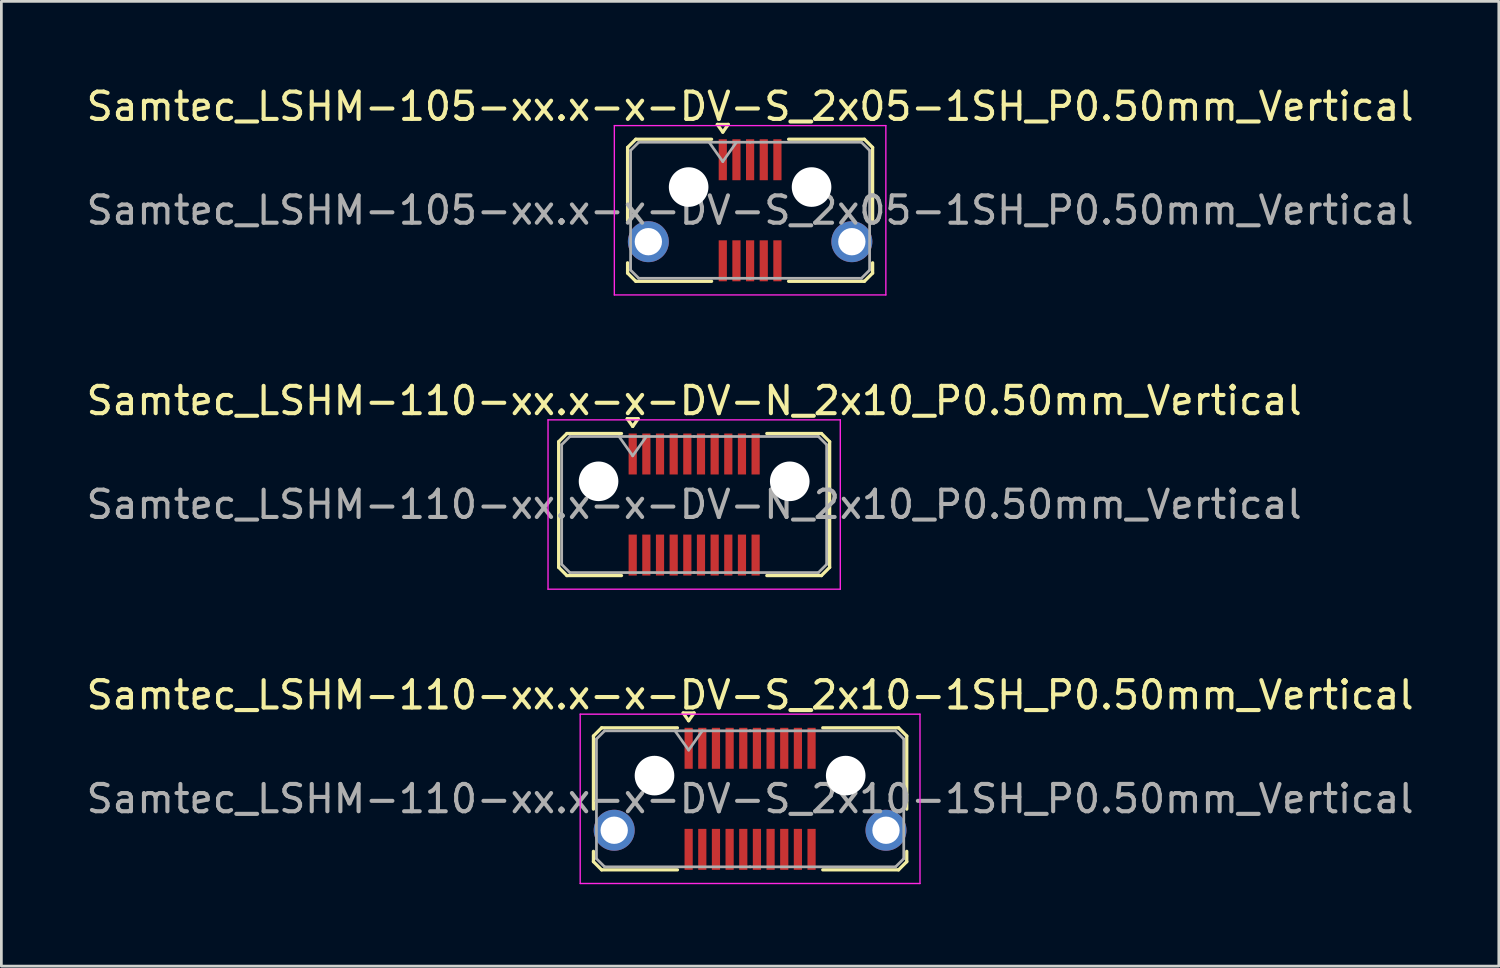
<source format=kicad_pcb>
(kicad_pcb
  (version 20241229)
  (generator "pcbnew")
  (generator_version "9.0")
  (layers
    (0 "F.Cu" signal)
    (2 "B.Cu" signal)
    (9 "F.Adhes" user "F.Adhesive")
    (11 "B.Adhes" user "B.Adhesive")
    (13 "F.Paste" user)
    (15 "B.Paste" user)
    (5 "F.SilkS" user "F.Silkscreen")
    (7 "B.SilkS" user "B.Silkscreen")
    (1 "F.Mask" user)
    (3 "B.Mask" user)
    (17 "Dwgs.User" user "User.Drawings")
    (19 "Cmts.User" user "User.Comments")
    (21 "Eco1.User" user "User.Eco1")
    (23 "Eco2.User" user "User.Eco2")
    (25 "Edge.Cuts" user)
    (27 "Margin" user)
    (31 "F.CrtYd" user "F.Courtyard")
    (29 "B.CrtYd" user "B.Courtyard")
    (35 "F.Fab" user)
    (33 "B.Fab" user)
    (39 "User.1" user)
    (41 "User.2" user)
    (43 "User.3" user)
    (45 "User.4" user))
  (footprint "Samtec_LSHM-105-xx.x-x-DV-S_2x05-1SH_P0.50mm_Vertical"
    (layer "F.Cu")
    (at 24.411 4.648)
    (property "Reference" "Samtec_LSHM-105-xx.x-x-DV-S_2x05-1SH_P0.50mm_Vertical" (at 0 -3.8 0) (layer "F.SilkS") (effects (font (size 1 1) (thickness 0.15))))
    (attr smd)
    (fp_line (start -4.485 -2.3) (end -4.485 0.377) (stroke (width 0.12) (type solid)) (layer "F.SilkS"))
    (fp_line (start -4.485 1.923) (end -4.485 2.3) (stroke (width 0.12) (type solid)) (layer "F.SilkS"))
    (fp_line (start -4.485 2.3) (end -4.185 2.6) (stroke (width 0.12) (type solid)) (layer "F.SilkS"))
    (fp_line (start -4.185 -2.6) (end -4.485 -2.3) (stroke (width 0.12) (type solid)) (layer "F.SilkS"))
    (fp_line (start -4.185 2.6) (end -1.41 2.6) (stroke (width 0.12) (type solid)) (layer "F.SilkS"))
    (fp_line (start -1.41 -2.6) (end -4.185 -2.6) (stroke (width 0.12) (type solid)) (layer "F.SilkS"))
    (fp_line (start -1.2 -3.143) (end -0.8 -3.143) (stroke (width 0.12) (type solid)) (layer "F.SilkS"))
    (fp_line (start -1 -2.86) (end -1.2 -3.143) (stroke (width 0.12) (type solid)) (layer "F.SilkS"))
    (fp_line (start -0.8 -3.143) (end -1 -2.86) (stroke (width 0.12) (type solid)) (layer "F.SilkS"))
    (fp_line (start 1.41 -2.6) (end 4.185 -2.6) (stroke (width 0.12) (type solid)) (layer "F.SilkS"))
    (fp_line (start 4.185 -2.6) (end 4.485 -2.3) (stroke (width 0.12) (type solid)) (layer "F.SilkS"))
    (fp_line (start 4.185 2.6) (end 1.41 2.6) (stroke (width 0.12) (type solid)) (layer "F.SilkS"))
    (fp_line (start 4.485 -2.3) (end 4.485 0.377) (stroke (width 0.12) (type solid)) (layer "F.SilkS"))
    (fp_line (start 4.485 1.923) (end 4.485 2.3) (stroke (width 0.12) (type solid)) (layer "F.SilkS"))
    (fp_line (start 4.485 2.3) (end 4.185 2.6) (stroke (width 0.12) (type solid)) (layer "F.SilkS"))
    (fp_line (start -4.97 -3.1) (end -4.97 3.1) (stroke (width 0.05) (type solid)) (layer "F.CrtYd"))
    (fp_line (start -4.97 3.1) (end 4.97 3.1) (stroke (width 0.05) (type solid)) (layer "F.CrtYd"))
    (fp_line (start 4.97 -3.1) (end -4.97 -3.1) (stroke (width 0.05) (type solid)) (layer "F.CrtYd"))
    (fp_line (start 4.97 3.1) (end 4.97 -3.1) (stroke (width 0.05) (type solid)) (layer "F.CrtYd"))
    (fp_line (start -4.375 -2.19) (end -4.375 2.19) (stroke (width 0.1) (type solid)) (layer "F.Fab"))
    (fp_line (start -4.375 2.19) (end -4.075 2.49) (stroke (width 0.1) (type solid)) (layer "F.Fab"))
    (fp_line (start -4.075 -2.49) (end -4.375 -2.19) (stroke (width 0.1) (type solid)) (layer "F.Fab"))
    (fp_line (start -4.075 2.49) (end 0 2.49) (stroke (width 0.1) (type solid)) (layer "F.Fab"))
    (fp_line (start -1.5 -2.49) (end -1 -1.783) (stroke (width 0.1) (type solid)) (layer "F.Fab"))
    (fp_line (start -1 -1.783) (end -0.5 -2.49) (stroke (width 0.1) (type solid)) (layer "F.Fab"))
    (fp_line (start 0 -2.49) (end -4.075 -2.49) (stroke (width 0.1) (type solid)) (layer "F.Fab"))
    (fp_line (start 0 -2.49) (end 4.075 -2.49) (stroke (width 0.1) (type solid)) (layer "F.Fab"))
    (fp_line (start 4.075 -2.49) (end 4.375 -2.19) (stroke (width 0.1) (type solid)) (layer "F.Fab"))
    (fp_line (start 4.075 2.49) (end 0 2.49) (stroke (width 0.1) (type solid)) (layer "F.Fab"))
    (fp_line (start 4.375 -2.19) (end 4.375 2.19) (stroke (width 0.1) (type solid)) (layer "F.Fab"))
    (fp_line (start 4.375 2.19) (end 4.075 2.49) (stroke (width 0.1) (type solid)) (layer "F.Fab"))
    (fp_text user "${REFERENCE}" (at 0 0 0) (layer "F.Fab") (effects (font (size 1 1) (thickness 0.15))))
    (pad "" np_thru_hole circle (at -2.25 -0.85) (size 1.45 1.45) (drill 1.45) (layers "*.Cu" "*.Mask"))
    (pad "" np_thru_hole circle (at 2.25 -0.85) (size 1.45 1.45) (drill 1.45) (layers "*.Cu" "*.Mask"))
    (pad "1" smd rect (at -1 -1.85) (size 0.3 1.5) (layers "F.Cu" "F.Mask" "F.Paste"))
    (pad "2" smd rect (at -1 1.85) (size 0.3 1.5) (layers "F.Cu" "F.Mask" "F.Paste"))
    (pad "3" smd rect (at -0.5 -1.85) (size 0.3 1.5) (layers "F.Cu" "F.Mask" "F.Paste"))
    (pad "4" smd rect (at -0.5 1.85) (size 0.3 1.5) (layers "F.Cu" "F.Mask" "F.Paste"))
    (pad "5" smd rect (at 0 -1.85) (size 0.3 1.5) (layers "F.Cu" "F.Mask" "F.Paste"))
    (pad "6" smd rect (at 0 1.85) (size 0.3 1.5) (layers "F.Cu" "F.Mask" "F.Paste"))
    (pad "7" smd rect (at 0.5 -1.85) (size 0.3 1.5) (layers "F.Cu" "F.Mask" "F.Paste"))
    (pad "8" smd rect (at 0.5 1.85) (size 0.3 1.5) (layers "F.Cu" "F.Mask" "F.Paste"))
    (pad "9" smd rect (at 1 -1.85) (size 0.3 1.5) (layers "F.Cu" "F.Mask" "F.Paste"))
    (pad "10" smd rect (at 1 1.85) (size 0.3 1.5) (layers "F.Cu" "F.Mask" "F.Paste"))
    (pad "SH" thru_hole circle (at -3.725 1.15) (size 1.5 1.5) (drill 1) (layers "*.Cu" "*.Mask"))
    (pad "SH" thru_hole circle (at 3.725 1.15) (size 1.5 1.5) (drill 1) (layers "*.Cu" "*.Mask")))
  (footprint "Samtec_LSHM-110-xx.x-x-DV-S_2x10-1SH_P0.50mm_Vertical"
    (layer "F.Cu")
    (at 24.411 26.195)
    (property "Reference" "Samtec_LSHM-110-xx.x-x-DV-S_2x10-1SH_P0.50mm_Vertical" (at 0 -3.8 0) (layer "F.SilkS") (effects (font (size 1 1) (thickness 0.15))))
    (attr smd)
    (fp_line (start -5.735 -2.3) (end -5.735 0.377) (stroke (width 0.12) (type solid)) (layer "F.SilkS"))
    (fp_line (start -5.735 1.923) (end -5.735 2.3) (stroke (width 0.12) (type solid)) (layer "F.SilkS"))
    (fp_line (start -5.735 2.3) (end -5.435 2.6) (stroke (width 0.12) (type solid)) (layer "F.SilkS"))
    (fp_line (start -5.435 -2.6) (end -5.735 -2.3) (stroke (width 0.12) (type solid)) (layer "F.SilkS"))
    (fp_line (start -5.435 2.6) (end -2.66 2.6) (stroke (width 0.12) (type solid)) (layer "F.SilkS"))
    (fp_line (start -2.66 -2.6) (end -5.435 -2.6) (stroke (width 0.12) (type solid)) (layer "F.SilkS"))
    (fp_line (start -2.45 -3.143) (end -2.05 -3.143) (stroke (width 0.12) (type solid)) (layer "F.SilkS"))
    (fp_line (start -2.25 -2.86) (end -2.45 -3.143) (stroke (width 0.12) (type solid)) (layer "F.SilkS"))
    (fp_line (start -2.05 -3.143) (end -2.25 -2.86) (stroke (width 0.12) (type solid)) (layer "F.SilkS"))
    (fp_line (start 2.66 -2.6) (end 5.435 -2.6) (stroke (width 0.12) (type solid)) (layer "F.SilkS"))
    (fp_line (start 5.435 -2.6) (end 5.735 -2.3) (stroke (width 0.12) (type solid)) (layer "F.SilkS"))
    (fp_line (start 5.435 2.6) (end 2.66 2.6) (stroke (width 0.12) (type solid)) (layer "F.SilkS"))
    (fp_line (start 5.735 -2.3) (end 5.735 0.377) (stroke (width 0.12) (type solid)) (layer "F.SilkS"))
    (fp_line (start 5.735 1.923) (end 5.735 2.3) (stroke (width 0.12) (type solid)) (layer "F.SilkS"))
    (fp_line (start 5.735 2.3) (end 5.435 2.6) (stroke (width 0.12) (type solid)) (layer "F.SilkS"))
    (fp_line (start -6.22 -3.1) (end -6.22 3.1) (stroke (width 0.05) (type solid)) (layer "F.CrtYd"))
    (fp_line (start -6.22 3.1) (end 6.22 3.1) (stroke (width 0.05) (type solid)) (layer "F.CrtYd"))
    (fp_line (start 6.22 -3.1) (end -6.22 -3.1) (stroke (width 0.05) (type solid)) (layer "F.CrtYd"))
    (fp_line (start 6.22 3.1) (end 6.22 -3.1) (stroke (width 0.05) (type solid)) (layer "F.CrtYd"))
    (fp_line (start -5.625 -2.19) (end -5.625 2.19) (stroke (width 0.1) (type solid)) (layer "F.Fab"))
    (fp_line (start -5.625 2.19) (end -5.325 2.49) (stroke (width 0.1) (type solid)) (layer "F.Fab"))
    (fp_line (start -5.325 -2.49) (end -5.625 -2.19) (stroke (width 0.1) (type solid)) (layer "F.Fab"))
    (fp_line (start -5.325 2.49) (end 0 2.49) (stroke (width 0.1) (type solid)) (layer "F.Fab"))
    (fp_line (start -2.75 -2.49) (end -2.25 -1.783) (stroke (width 0.1) (type solid)) (layer "F.Fab"))
    (fp_line (start -2.25 -1.783) (end -1.75 -2.49) (stroke (width 0.1) (type solid)) (layer "F.Fab"))
    (fp_line (start 0 -2.49) (end -5.325 -2.49) (stroke (width 0.1) (type solid)) (layer "F.Fab"))
    (fp_line (start 0 -2.49) (end 5.325 -2.49) (stroke (width 0.1) (type solid)) (layer "F.Fab"))
    (fp_line (start 5.325 -2.49) (end 5.625 -2.19) (stroke (width 0.1) (type solid)) (layer "F.Fab"))
    (fp_line (start 5.325 2.49) (end 0 2.49) (stroke (width 0.1) (type solid)) (layer "F.Fab"))
    (fp_line (start 5.625 -2.19) (end 5.625 2.19) (stroke (width 0.1) (type solid)) (layer "F.Fab"))
    (fp_line (start 5.625 2.19) (end 5.325 2.49) (stroke (width 0.1) (type solid)) (layer "F.Fab"))
    (fp_text user "${REFERENCE}" (at 0 0 0) (layer "F.Fab") (effects (font (size 1 1) (thickness 0.15))))
    (pad "" np_thru_hole circle (at -3.5 -0.85) (size 1.45 1.45) (drill 1.45) (layers "*.Cu" "*.Mask"))
    (pad "" np_thru_hole circle (at 3.5 -0.85) (size 1.45 1.45) (drill 1.45) (layers "*.Cu" "*.Mask"))
    (pad "1" smd rect (at -2.25 -1.85) (size 0.3 1.5) (layers "F.Cu" "F.Mask" "F.Paste"))
    (pad "2" smd rect (at -2.25 1.85) (size 0.3 1.5) (layers "F.Cu" "F.Mask" "F.Paste"))
    (pad "3" smd rect (at -1.75 -1.85) (size 0.3 1.5) (layers "F.Cu" "F.Mask" "F.Paste"))
    (pad "4" smd rect (at -1.75 1.85) (size 0.3 1.5) (layers "F.Cu" "F.Mask" "F.Paste"))
    (pad "5" smd rect (at -1.25 -1.85) (size 0.3 1.5) (layers "F.Cu" "F.Mask" "F.Paste"))
    (pad "6" smd rect (at -1.25 1.85) (size 0.3 1.5) (layers "F.Cu" "F.Mask" "F.Paste"))
    (pad "7" smd rect (at -0.75 -1.85) (size 0.3 1.5) (layers "F.Cu" "F.Mask" "F.Paste"))
    (pad "8" smd rect (at -0.75 1.85) (size 0.3 1.5) (layers "F.Cu" "F.Mask" "F.Paste"))
    (pad "9" smd rect (at -0.25 -1.85) (size 0.3 1.5) (layers "F.Cu" "F.Mask" "F.Paste"))
    (pad "10" smd rect (at -0.25 1.85) (size 0.3 1.5) (layers "F.Cu" "F.Mask" "F.Paste"))
    (pad "11" smd rect (at 0.25 -1.85) (size 0.3 1.5) (layers "F.Cu" "F.Mask" "F.Paste"))
    (pad "12" smd rect (at 0.25 1.85) (size 0.3 1.5) (layers "F.Cu" "F.Mask" "F.Paste"))
    (pad "13" smd rect (at 0.75 -1.85) (size 0.3 1.5) (layers "F.Cu" "F.Mask" "F.Paste"))
    (pad "14" smd rect (at 0.75 1.85) (size 0.3 1.5) (layers "F.Cu" "F.Mask" "F.Paste"))
    (pad "15" smd rect (at 1.25 -1.85) (size 0.3 1.5) (layers "F.Cu" "F.Mask" "F.Paste"))
    (pad "16" smd rect (at 1.25 1.85) (size 0.3 1.5) (layers "F.Cu" "F.Mask" "F.Paste"))
    (pad "17" smd rect (at 1.75 -1.85) (size 0.3 1.5) (layers "F.Cu" "F.Mask" "F.Paste"))
    (pad "18" smd rect (at 1.75 1.85) (size 0.3 1.5) (layers "F.Cu" "F.Mask" "F.Paste"))
    (pad "19" smd rect (at 2.25 -1.85) (size 0.3 1.5) (layers "F.Cu" "F.Mask" "F.Paste"))
    (pad "20" smd rect (at 2.25 1.85) (size 0.3 1.5) (layers "F.Cu" "F.Mask" "F.Paste"))
    (pad "SH" thru_hole circle (at -4.975 1.15) (size 1.5 1.5) (drill 1) (layers "*.Cu" "*.Mask"))
    (pad "SH" thru_hole circle (at 4.975 1.15) (size 1.5 1.5) (drill 1) (layers "*.Cu" "*.Mask")))
  (footprint "Samtec_LSHM-110-xx.x-x-DV-N_2x10_P0.50mm_Vertical"
    (layer "F.Cu")
    (at 22.363 15.421)
    (property "Reference" "Samtec_LSHM-110-xx.x-x-DV-N_2x10_P0.50mm_Vertical" (at 0 -3.8 0) (layer "F.SilkS") (effects (font (size 1 1) (thickness 0.15))))
    (attr smd)
    (fp_line (start -4.96 -2.3) (end -4.96 2.3) (stroke (width 0.12) (type solid)) (layer "F.SilkS"))
    (fp_line (start -4.96 2.3) (end -4.66 2.6) (stroke (width 0.12) (type solid)) (layer "F.SilkS"))
    (fp_line (start -4.66 -2.6) (end -4.96 -2.3) (stroke (width 0.12) (type solid)) (layer "F.SilkS"))
    (fp_line (start -4.66 2.6) (end -2.66 2.6) (stroke (width 0.12) (type solid)) (layer "F.SilkS"))
    (fp_line (start -2.66 -2.6) (end -4.66 -2.6) (stroke (width 0.12) (type solid)) (layer "F.SilkS"))
    (fp_line (start -2.45 -3.143) (end -2.05 -3.143) (stroke (width 0.12) (type solid)) (layer "F.SilkS"))
    (fp_line (start -2.25 -2.86) (end -2.45 -3.143) (stroke (width 0.12) (type solid)) (layer "F.SilkS"))
    (fp_line (start -2.05 -3.143) (end -2.25 -2.86) (stroke (width 0.12) (type solid)) (layer "F.SilkS"))
    (fp_line (start 2.66 -2.6) (end 4.66 -2.6) (stroke (width 0.12) (type solid)) (layer "F.SilkS"))
    (fp_line (start 4.66 -2.6) (end 4.96 -2.3) (stroke (width 0.12) (type solid)) (layer "F.SilkS"))
    (fp_line (start 4.66 2.6) (end 2.66 2.6) (stroke (width 0.12) (type solid)) (layer "F.SilkS"))
    (fp_line (start 4.96 -2.3) (end 4.96 2.3) (stroke (width 0.12) (type solid)) (layer "F.SilkS"))
    (fp_line (start 4.96 2.3) (end 4.66 2.6) (stroke (width 0.12) (type solid)) (layer "F.SilkS"))
    (fp_line (start -5.35 -3.1) (end -5.35 3.1) (stroke (width 0.05) (type solid)) (layer "F.CrtYd"))
    (fp_line (start -5.35 3.1) (end 5.35 3.1) (stroke (width 0.05) (type solid)) (layer "F.CrtYd"))
    (fp_line (start 5.35 -3.1) (end -5.35 -3.1) (stroke (width 0.05) (type solid)) (layer "F.CrtYd"))
    (fp_line (start 5.35 3.1) (end 5.35 -3.1) (stroke (width 0.05) (type solid)) (layer "F.CrtYd"))
    (fp_line (start -4.85 -2.19) (end -4.85 2.19) (stroke (width 0.1) (type solid)) (layer "F.Fab"))
    (fp_line (start -4.85 2.19) (end -4.55 2.49) (stroke (width 0.1) (type solid)) (layer "F.Fab"))
    (fp_line (start -4.55 -2.49) (end -4.85 -2.19) (stroke (width 0.1) (type solid)) (layer "F.Fab"))
    (fp_line (start -4.55 2.49) (end 0 2.49) (stroke (width 0.1) (type solid)) (layer "F.Fab"))
    (fp_line (start -2.75 -2.49) (end -2.25 -1.783) (stroke (width 0.1) (type solid)) (layer "F.Fab"))
    (fp_line (start -2.25 -1.783) (end -1.75 -2.49) (stroke (width 0.1) (type solid)) (layer "F.Fab"))
    (fp_line (start 0 -2.49) (end -4.55 -2.49) (stroke (width 0.1) (type solid)) (layer "F.Fab"))
    (fp_line (start 0 -2.49) (end 4.55 -2.49) (stroke (width 0.1) (type solid)) (layer "F.Fab"))
    (fp_line (start 4.55 -2.49) (end 4.85 -2.19) (stroke (width 0.1) (type solid)) (layer "F.Fab"))
    (fp_line (start 4.55 2.49) (end 0 2.49) (stroke (width 0.1) (type solid)) (layer "F.Fab"))
    (fp_line (start 4.85 -2.19) (end 4.85 2.19) (stroke (width 0.1) (type solid)) (layer "F.Fab"))
    (fp_line (start 4.85 2.19) (end 4.55 2.49) (stroke (width 0.1) (type solid)) (layer "F.Fab"))
    (fp_text user "${REFERENCE}" (at 0 0 0) (layer "F.Fab") (effects (font (size 1 1) (thickness 0.15))))
    (pad "" np_thru_hole circle (at -3.5 -0.85) (size 1.45 1.45) (drill 1.45) (layers "*.Cu" "*.Mask"))
    (pad "" np_thru_hole circle (at 3.5 -0.85) (size 1.45 1.45) (drill 1.45) (layers "*.Cu" "*.Mask"))
    (pad "1" smd rect (at -2.25 -1.85) (size 0.3 1.5) (layers "F.Cu" "F.Mask" "F.Paste"))
    (pad "2" smd rect (at -2.25 1.85) (size 0.3 1.5) (layers "F.Cu" "F.Mask" "F.Paste"))
    (pad "3" smd rect (at -1.75 -1.85) (size 0.3 1.5) (layers "F.Cu" "F.Mask" "F.Paste"))
    (pad "4" smd rect (at -1.75 1.85) (size 0.3 1.5) (layers "F.Cu" "F.Mask" "F.Paste"))
    (pad "5" smd rect (at -1.25 -1.85) (size 0.3 1.5) (layers "F.Cu" "F.Mask" "F.Paste"))
    (pad "6" smd rect (at -1.25 1.85) (size 0.3 1.5) (layers "F.Cu" "F.Mask" "F.Paste"))
    (pad "7" smd rect (at -0.75 -1.85) (size 0.3 1.5) (layers "F.Cu" "F.Mask" "F.Paste"))
    (pad "8" smd rect (at -0.75 1.85) (size 0.3 1.5) (layers "F.Cu" "F.Mask" "F.Paste"))
    (pad "9" smd rect (at -0.25 -1.85) (size 0.3 1.5) (layers "F.Cu" "F.Mask" "F.Paste"))
    (pad "10" smd rect (at -0.25 1.85) (size 0.3 1.5) (layers "F.Cu" "F.Mask" "F.Paste"))
    (pad "11" smd rect (at 0.25 -1.85) (size 0.3 1.5) (layers "F.Cu" "F.Mask" "F.Paste"))
    (pad "12" smd rect (at 0.25 1.85) (size 0.3 1.5) (layers "F.Cu" "F.Mask" "F.Paste"))
    (pad "13" smd rect (at 0.75 -1.85) (size 0.3 1.5) (layers "F.Cu" "F.Mask" "F.Paste"))
    (pad "14" smd rect (at 0.75 1.85) (size 0.3 1.5) (layers "F.Cu" "F.Mask" "F.Paste"))
    (pad "15" smd rect (at 1.25 -1.85) (size 0.3 1.5) (layers "F.Cu" "F.Mask" "F.Paste"))
    (pad "16" smd rect (at 1.25 1.85) (size 0.3 1.5) (layers "F.Cu" "F.Mask" "F.Paste"))
    (pad "17" smd rect (at 1.75 -1.85) (size 0.3 1.5) (layers "F.Cu" "F.Mask" "F.Paste"))
    (pad "18" smd rect (at 1.75 1.85) (size 0.3 1.5) (layers "F.Cu" "F.Mask" "F.Paste"))
    (pad "19" smd rect (at 2.25 -1.85) (size 0.3 1.5) (layers "F.Cu" "F.Mask" "F.Paste"))
    (pad "20" smd rect (at 2.25 1.85) (size 0.3 1.5) (layers "F.Cu" "F.Mask" "F.Paste")))
  (gr_rect
    (start -3 -3)
    (end 51.821 32.32)
    (stroke (width 0.1) (type default))
    (fill no)
    (layer "Edge.Cuts")))
</source>
